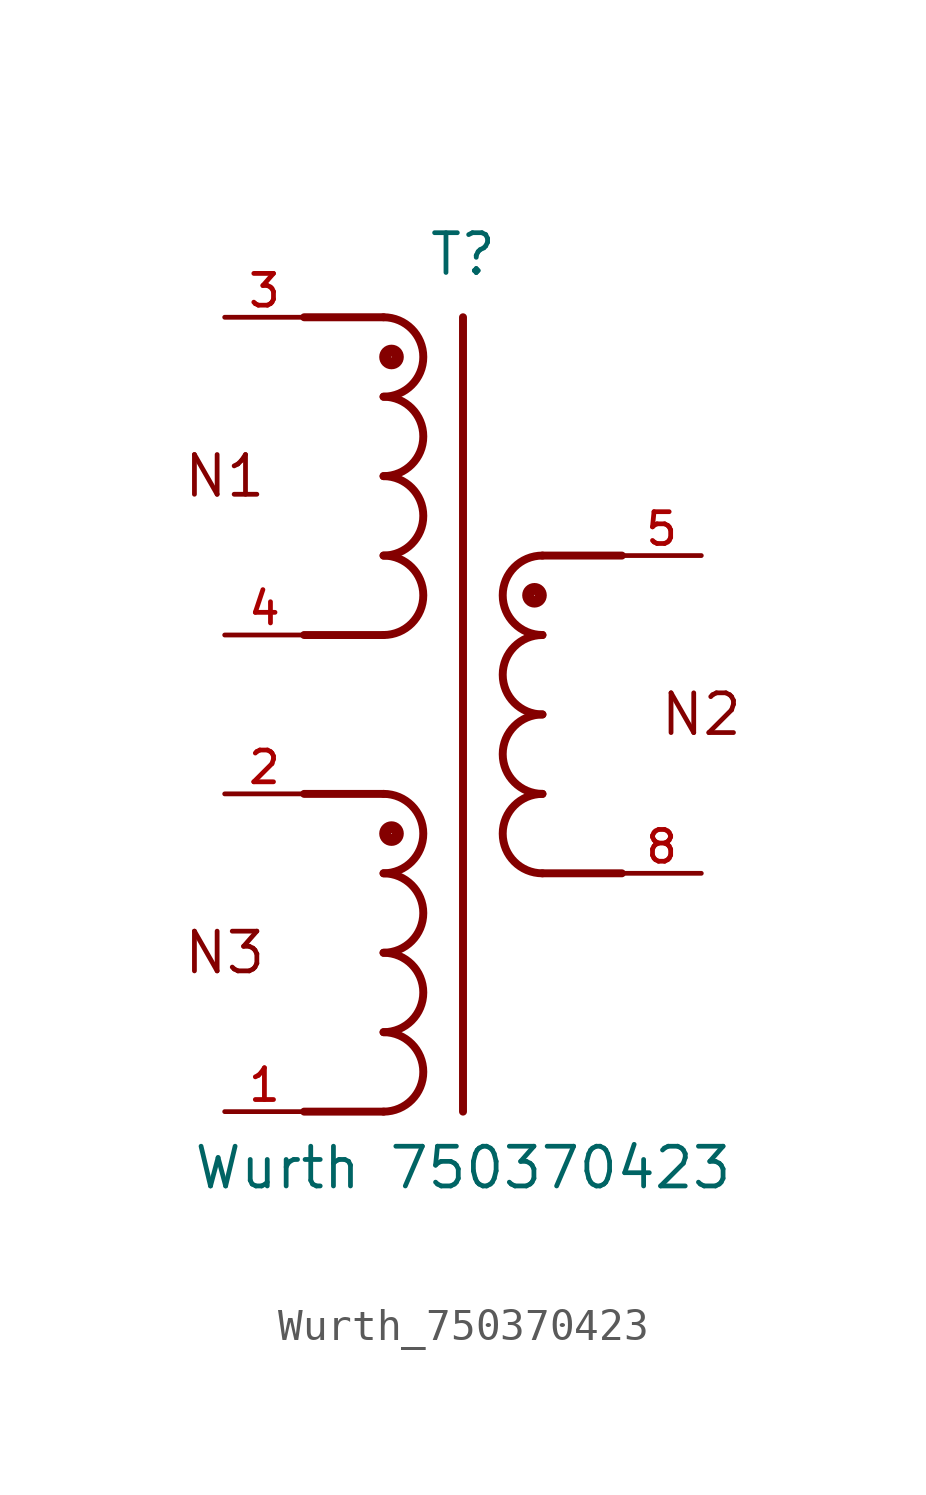
<source format=kicad_sym>
(kicad_symbol_lib
  (version 20241209)
  (generator "kicad_symbol_editor")
  (generator_version "9.0")
  (symbol "Wurth_750370423"
    (pin_names
      (offset 1.016))
    (property "Reference" "T"
      (at 0 13.97 0)
      (effects (font (size 1.27 1.27)) (justify bottom)))
    (property "Value" "Wurth 750370423"
      (at 0 -15.24 0)
      (effects (font (size 1.27 1.27)) (justify bottom)))
    (symbol "Wurth_750370423_0_0"
      (arc (start -2.54 12.7) (mid -1.2755 11.43) (end -2.54 10.16) (stroke (width 0.254) (type default)) (fill (type none)))
      (arc (start -2.54 10.16) (mid -1.2755 8.89) (end -2.54 7.62) (stroke (width 0.254) (type default)) (fill (type none)))
      (arc (start -2.54 7.62) (mid -1.2755 6.35) (end -2.54 5.08) (stroke (width 0.254) (type default)) (fill (type none)))
      (arc (start -2.54 5.08) (mid -1.2755 3.81) (end -2.54 2.54) (stroke (width 0.254) (type default)) (fill (type none)))
      (arc (start -2.54 -2.54) (mid -1.2755 -3.81) (end -2.54 -5.08) (stroke (width 0.254) (type default)) (fill (type none)))
      (arc (start -2.54 -5.08) (mid -1.2755 -6.35) (end -2.54 -7.62) (stroke (width 0.254) (type default)) (fill (type none)))
      (arc (start -2.54 -7.62) (mid -1.2755 -8.89) (end -2.54 -10.16) (stroke (width 0.254) (type default)) (fill (type none)))
      (arc (start -2.54 -10.16) (mid -1.2755 -11.43) (end -2.54 -12.7) (stroke (width 0.254) (type default)) (fill (type none)))
      (polyline (pts (xy -2.54 12.7) (xy -5.08 12.7)) (stroke (width 0.254) (type default)) (fill (type none)))
      (polyline (pts (xy -2.54 2.54) (xy -5.08 2.54)) (stroke (width 0.254) (type default)) (fill (type none)))
      (polyline (pts (xy -2.54 -2.54) (xy -5.08 -2.54)) (stroke (width 0.254) (type default)) (fill (type none)))
      (polyline (pts (xy -2.54 -12.7) (xy -5.08 -12.7)) (stroke (width 0.254) (type default)) (fill (type none)))
      (circle (center -2.286 11.43) (radius 0.203) (stroke (width 0.381) (type default)) (fill (type none)))
      (circle (center -2.286 -3.81) (radius 0.203) (stroke (width 0.381) (type default)) (fill (type none)))
      (polyline (pts (xy 0 12.7) (xy 0 -12.7)) (stroke (width 0.254) (type default)) (fill (type none)))
      (circle (center 2.286 3.81) (radius 0.203) (stroke (width 0.381) (type default)) (fill (type none)))
      (polyline (pts (xy 2.54 5.08) (xy 5.08 5.08)) (stroke (width 0.254) (type default)) (fill (type none)))
      (polyline (pts (xy 2.54 -5.08) (xy 5.08 -5.08)) (stroke (width 0.254) (type default)) (fill (type none)))
      (arc (start 2.54 2.54) (mid 1.2755 3.81) (end 2.54 5.08) (stroke (width 0.254) (type default)) (fill (type none)))
      (arc (start 2.54 0) (mid 1.2755 1.27) (end 2.54 2.54) (stroke (width 0.254) (type default)) (fill (type none)))
      (arc (start 2.54 -2.54) (mid 1.2755 -1.27) (end 2.54 0) (stroke (width 0.254) (type default)) (fill (type none)))
      (arc (start 2.54 -5.08) (mid 1.2755 -3.81) (end 2.54 -2.54) (stroke (width 0.254) (type default)) (fill (type none)))
      (text "N1" (at -7.62 7.62 0) (effects (font (size 1.27 1.27))))
      (pin passive line (at 7.62 5.08 180) (length 2.54) (name "~" (effects (font (size 1.016 1.016)))) (number "5" (effects (font (size 1.016 1.016))))))
    (symbol "Wurth_750370423_1_0"
      (pin power_in line (at -7.62 12.7 0) (length 2.54) (name "~" (effects (font (size 1.016 1.016)))) (number "3" (effects (font (size 1.016 1.016)))))
      (pin power_in line (at -7.62 2.54 0) (length 2.54) (name "~" (effects (font (size 1.016 1.016)))) (number "4" (effects (font (size 1.016 1.016)))))
      (pin power_out line (at -7.62 -2.54 0) (length 2.54) (name "~" (effects (font (size 1.016 1.016)))) (number "2" (effects (font (size 1.016 1.016)))))
      (pin power_out line (at -7.62 -12.7 0) (length 2.54) (name "~" (effects (font (size 1.016 1.016)))) (number "1" (effects (font (size 1.016 1.016)))))
      (pin passive line (at 7.62 -5.08 180) (length 2.54) (name "~" (effects (font (size 1.016 1.016)))) (number "8" (effects (font (size 1.016 1.016))))))
    (symbol "Wurth_750370423_1_1"
      (text "N3" (at -7.62 -7.62 0) (effects (font (size 1.27 1.27))))
      (text "N2" (at 7.62 0 0) (effects (font (size 1.27 1.27)))))))
</source>
